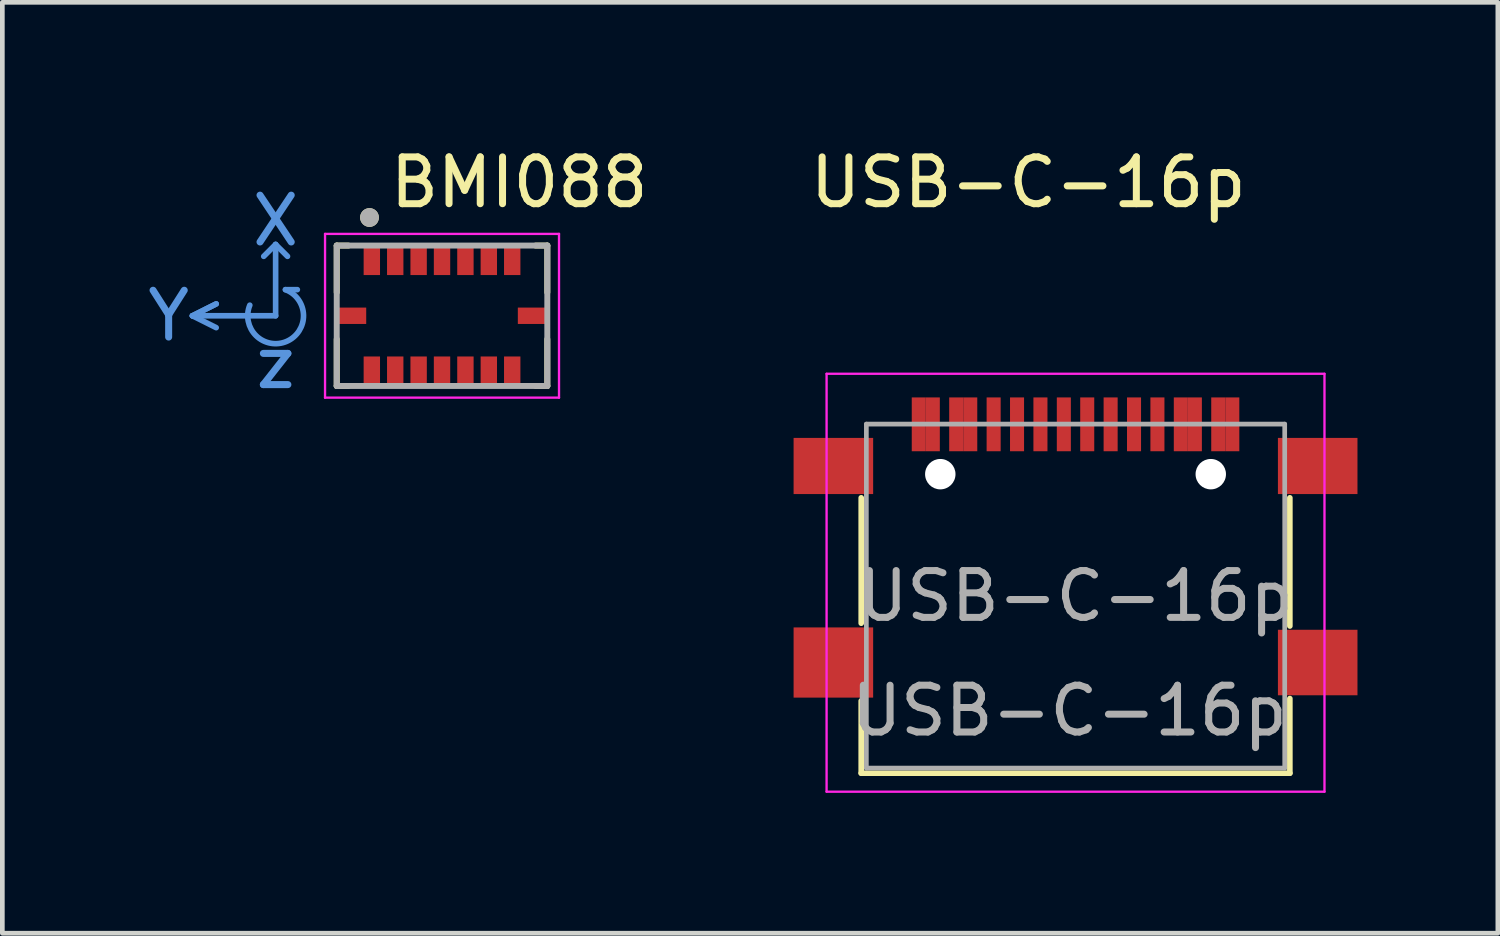
<source format=kicad_pcb>
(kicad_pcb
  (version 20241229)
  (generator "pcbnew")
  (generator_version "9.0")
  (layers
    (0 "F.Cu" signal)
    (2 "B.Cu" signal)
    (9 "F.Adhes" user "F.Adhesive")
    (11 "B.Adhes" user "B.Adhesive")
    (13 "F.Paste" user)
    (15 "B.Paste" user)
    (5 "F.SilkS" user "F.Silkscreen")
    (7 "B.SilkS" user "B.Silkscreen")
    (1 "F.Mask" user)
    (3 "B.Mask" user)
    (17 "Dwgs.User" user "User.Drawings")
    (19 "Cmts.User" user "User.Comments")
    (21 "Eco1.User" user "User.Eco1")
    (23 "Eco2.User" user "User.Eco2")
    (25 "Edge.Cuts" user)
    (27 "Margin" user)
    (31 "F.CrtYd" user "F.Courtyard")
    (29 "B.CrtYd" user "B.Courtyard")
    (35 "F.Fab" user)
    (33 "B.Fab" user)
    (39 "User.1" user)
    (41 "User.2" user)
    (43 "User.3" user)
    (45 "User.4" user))
  (footprint "BMI088"
    (layer "F.Cu")
    (at 6.396 3.698)
    (property "Reference" "BMI088" (at 1.65 -2.85 0) (layer "F.SilkS") (effects (font (size 1 1) (thickness 0.15))))
    (attr through_hole)
    (fp_line (start -2.25 -1.5) (end -2 -1.5) (stroke (width 0.127) (type solid)) (layer "F.SilkS"))
    (fp_line (start -2.25 -0.5) (end -2.25 -1.5) (stroke (width 0.127) (type solid)) (layer "F.SilkS"))
    (fp_line (start -2.25 1.5) (end -2.25 0.5) (stroke (width 0.127) (type solid)) (layer "F.SilkS"))
    (fp_line (start -2 1.5) (end -2.25 1.5) (stroke (width 0.127) (type solid)) (layer "F.SilkS"))
    (fp_line (start 2.25 -1.5) (end 2 -1.5) (stroke (width 0.127) (type solid)) (layer "F.SilkS"))
    (fp_line (start 2.25 -0.5) (end 2.25 -1.5) (stroke (width 0.127) (type solid)) (layer "F.SilkS"))
    (fp_line (start 2.25 0.5) (end 2.25 1.5) (stroke (width 0.127) (type solid)) (layer "F.SilkS"))
    (fp_line (start 2.25 1.5) (end 2 1.5) (stroke (width 0.127) (type solid)) (layer "F.SilkS"))
    (fp_circle (center -1.55 -2.1) (end -1.45 -2.1) (stroke (width 0.2) (type solid)) (fill no) (layer "F.SilkS"))
    (fp_line (start -5.334 0) (end -4.826 -0.254) (stroke (width 0.12) (type solid)) (layer "Cmts.User"))
    (fp_line (start -5.334 0) (end -4.826 0.254) (stroke (width 0.12) (type solid)) (layer "Cmts.User"))
    (fp_line (start -4.826 -0.254) (end -5.334 0) (stroke (width 0.12) (type solid)) (layer "Cmts.User"))
    (fp_line (start -3.556 -1.524) (end -3.81 -1.27) (stroke (width 0.12) (type solid)) (layer "Cmts.User"))
    (fp_line (start -3.556 -1.524) (end -3.556 0) (stroke (width 0.12) (type solid)) (layer "Cmts.User"))
    (fp_line (start -3.556 -1.524) (end -3.302 -1.27) (stroke (width 0.12) (type solid)) (layer "Cmts.User"))
    (fp_line (start -3.556 0) (end -5.334 0) (stroke (width 0.12) (type solid)) (layer "Cmts.User"))
    (fp_line (start -3.346 -0.558) (end -3.092 -0.558) (stroke (width 0.12) (type solid)) (layer "Cmts.User"))
    (fp_arc (start -3.345695 -0.557951) (mid -3.317989 0.546707) (end -4.107694 -0.226213) (stroke (width 0.12) (type solid)) (layer "Cmts.User"))
    (fp_line (start -2.5 -1.75) (end 2.5 -1.75) (stroke (width 0.05) (type solid)) (layer "F.CrtYd"))
    (fp_line (start -2.5 1.75) (end -2.5 -1.75) (stroke (width 0.05) (type solid)) (layer "F.CrtYd"))
    (fp_line (start 2.5 -1.75) (end 2.5 1.75) (stroke (width 0.05) (type solid)) (layer "F.CrtYd"))
    (fp_line (start 2.5 1.75) (end -2.5 1.75) (stroke (width 0.05) (type solid)) (layer "F.CrtYd"))
    (fp_line (start -2.25 -1.5) (end 2.25 -1.5) (stroke (width 0.127) (type solid)) (layer "F.Fab"))
    (fp_line (start -2.25 1.5) (end -2.25 -1.5) (stroke (width 0.127) (type solid)) (layer "F.Fab"))
    (fp_line (start 2.25 -1.5) (end 2.25 1.5) (stroke (width 0.127) (type solid)) (layer "F.Fab"))
    (fp_line (start 2.25 1.5) (end -2.25 1.5) (stroke (width 0.127) (type solid)) (layer "F.Fab"))
    (fp_circle (center -1.55 -2.1) (end -1.45 -2.1) (stroke (width 0.2) (type solid)) (fill no) (layer "F.Fab"))
    (fp_text user "z" (at -3.556 1.016 0) (unlocked yes) (layer "Cmts.User") (effects (font (size 1 1) (thickness 0.15))))
    (fp_text user "Y" (at -5.842 0 0) (unlocked yes) (layer "Cmts.User") (effects (font (size 1 1) (thickness 0.15))))
    (fp_text user "X" (at -3.556 -2.032 0) (unlocked yes) (layer "Cmts.User") (effects (font (size 1 1) (thickness 0.15))))
    (pad "1" smd rect (at -1.5 -1.165 270) (size 0.59 0.35) (layers "F.Cu" "F.Mask" "F.Paste"))
    (pad "2" smd rect (at -1 -1.165 270) (size 0.59 0.35) (layers "F.Cu" "F.Mask" "F.Paste"))
    (pad "3" smd rect (at -0.5 -1.165 270) (size 0.59 0.35) (layers "F.Cu" "F.Mask" "F.Paste"))
    (pad "4" smd rect (at 0 -1.165 270) (size 0.59 0.35) (layers "F.Cu" "F.Mask" "F.Paste"))
    (pad "5" smd rect (at 0.5 -1.165 270) (size 0.59 0.35) (layers "F.Cu" "F.Mask" "F.Paste"))
    (pad "6" smd rect (at 1 -1.165 270) (size 0.59 0.35) (layers "F.Cu" "F.Mask" "F.Paste"))
    (pad "7" smd rect (at 1.5 -1.165 270) (size 0.59 0.35) (layers "F.Cu" "F.Mask" "F.Paste"))
    (pad "8" smd rect (at 1.915 0 180) (size 0.59 0.35) (layers "F.Cu" "F.Mask" "F.Paste"))
    (pad "9" smd rect (at 1.5 1.165 90) (size 0.59 0.35) (layers "F.Cu" "F.Mask" "F.Paste"))
    (pad "10" smd rect (at 1 1.165 90) (size 0.59 0.35) (layers "F.Cu" "F.Mask" "F.Paste"))
    (pad "11" smd rect (at 0.5 1.165 90) (size 0.59 0.35) (layers "F.Cu" "F.Mask" "F.Paste"))
    (pad "12" smd rect (at 0 1.165 90) (size 0.59 0.35) (layers "F.Cu" "F.Mask" "F.Paste"))
    (pad "13" smd rect (at -0.5 1.165 90) (size 0.59 0.35) (layers "F.Cu" "F.Mask" "F.Paste"))
    (pad "14" smd rect (at -1 1.165 90) (size 0.59 0.35) (layers "F.Cu" "F.Mask" "F.Paste"))
    (pad "15" smd rect (at -1.5 1.165 90) (size 0.59 0.35) (layers "F.Cu" "F.Mask" "F.Paste"))
    (pad "16" smd rect (at -1.915 0) (size 0.59 0.35) (layers "F.Cu" "F.Mask" "F.Paste")))
  (footprint "USB-C-16p"
    (layer "F.Cu")
    (at 19.934 9.708)
    (property "Reference" "USB-C-16p" (at -1.01 -8.86 0) (unlocked yes) (layer "F.SilkS") (effects (font (size 1 1) (thickness 0.15))))
    (attr smd)
    (fp_line (start -4.58 -2.12) (end -4.58 0.56) (stroke (width 0.12) (type solid)) (layer "F.SilkS"))
    (fp_line (start -4.58 3.765) (end -4.58 2.22) (stroke (width 0.12) (type solid)) (layer "F.SilkS"))
    (fp_line (start 4.58 0.62) (end 4.58 -2.12) (stroke (width 0.12) (type solid)) (layer "F.SilkS"))
    (fp_line (start 4.58 2.17) (end 4.58 3.765) (stroke (width 0.12) (type solid)) (layer "F.SilkS"))
    (fp_line (start 4.58 3.765) (end -4.58 3.765) (stroke (width 0.12) (type solid)) (layer "F.SilkS"))
    (fp_line (start -5.32 -4.77) (end 5.32 -4.77) (stroke (width 0.05) (type solid)) (layer "F.CrtYd"))
    (fp_line (start -5.32 4.16) (end -5.32 -4.77) (stroke (width 0.05) (type solid)) (layer "F.CrtYd"))
    (fp_line (start 5.32 -4.77) (end 5.32 4.16) (stroke (width 0.05) (type solid)) (layer "F.CrtYd"))
    (fp_line (start 5.32 4.16) (end -5.32 4.16) (stroke (width 0.05) (type solid)) (layer "F.CrtYd"))
    (fp_line (start -4.47 -3.695) (end -4.47 3.655) (stroke (width 0.1) (type solid)) (layer "F.Fab"))
    (fp_line (start -4.47 -3.695) (end 4.47 -3.695) (stroke (width 0.1) (type solid)) (layer "F.Fab"))
    (fp_line (start -4.47 3.655) (end 4.47 3.655) (stroke (width 0.1) (type solid)) (layer "F.Fab"))
    (fp_line (start 4.47 3.655) (end 4.47 -3.695) (stroke (width 0.1) (type solid)) (layer "F.Fab"))
    (fp_text user "${REFERENCE}" (at -0.13 2.43 0) (unlocked yes) (layer "F.Fab") (effects (font (size 1 1) (thickness 0.15))))
    (fp_text user "${REFERENCE}" (at 0 -0.02 0) (layer "F.Fab") (effects (font (size 1 1) (thickness 0.15))))
    (pad "" np_thru_hole circle (at -2.89 -2.625) (size 0.65 0.65) (drill 0.65) (layers "*.Cu" "*.Mask"))
    (pad "" np_thru_hole circle (at 2.89 -2.625) (size 0.65 0.65) (drill 0.65) (layers "*.Cu" "*.Mask"))
    (pad "A1" smd rect (at -3.35 -3.69) (size 0.3 1.15) (layers "F.Cu" "F.Mask" "F.Paste"))
    (pad "A4" smd rect (at -2.55 -3.69) (size 0.3 1.15) (layers "F.Cu" "F.Mask" "F.Paste"))
    (pad "A5" smd rect (at -1.25 -3.69) (size 0.3 1.15) (layers "F.Cu" "F.Mask" "F.Paste"))
    (pad "A6" smd rect (at -0.25 -3.69) (size 0.3 1.15) (layers "F.Cu" "F.Mask" "F.Paste"))
    (pad "A7" smd rect (at 0.25 -3.69) (size 0.3 1.15) (layers "F.Cu" "F.Mask" "F.Paste"))
    (pad "A8" smd rect (at 1.25 -3.69) (size 0.3 1.15) (layers "F.Cu" "F.Mask" "F.Paste"))
    (pad "A9" smd rect (at 2.55 -3.69) (size 0.3 1.15) (layers "F.Cu" "F.Mask" "F.Paste"))
    (pad "A12" smd rect (at 3.35 -3.69) (size 0.3 1.15) (layers "F.Cu" "F.Mask" "F.Paste"))
    (pad "B1" smd rect (at 3.05 -3.69) (size 0.3 1.15) (layers "F.Cu" "F.Mask" "F.Paste"))
    (pad "B4" smd rect (at 2.25 -3.69) (size 0.3 1.15) (layers "F.Cu" "F.Mask" "F.Paste"))
    (pad "B5" smd rect (at 1.75 -3.69) (size 0.3 1.15) (layers "F.Cu" "F.Mask" "F.Paste"))
    (pad "B6" smd rect (at 0.75 -3.69) (size 0.3 1.15) (layers "F.Cu" "F.Mask" "F.Paste"))
    (pad "B7" smd rect (at -0.75 -3.69) (size 0.3 1.15) (layers "F.Cu" "F.Mask" "F.Paste"))
    (pad "B8" smd rect (at -1.75 -3.69) (size 0.3 1.15) (layers "F.Cu" "F.Mask" "F.Paste"))
    (pad "B9" smd rect (at -2.25 -3.69) (size 0.3 1.15) (layers "F.Cu" "F.Mask" "F.Paste"))
    (pad "B12" smd rect (at -3.05 -3.69) (size 0.3 1.15) (layers "F.Cu" "F.Mask" "F.Paste"))
    (pad "S1" smd rect (at -5.175 -2.8) (size 1.7 1.2) (layers "F.Cu" "F.Mask" "F.Paste"))
    (pad "S1" smd rect (at -5.175 1.4) (size 1.7 1.5) (layers "F.Cu" "F.Mask" "F.Paste"))
    (pad "S1" smd rect (at 5.175 -2.8) (size 1.7 1.2) (layers "F.Cu" "F.Mask" "F.Paste"))
    (pad "S1" smd rect (at 5.175 1.4) (size 1.7 1.4) (layers "F.Cu" "F.Mask" "F.Paste"))
    (zone (net_name "") (layer "F.Cu") (hatch edge 0.508) (connect_pads) (min_thickness 0.254) (filled_areas_thickness no) (keepout (tracks allowed) (vias allowed) (pads allowed) (copperpour allowed) (footprints not_allowed)) (placement (enabled no)) (fill) (polygon (pts (xy 24.514 13.473) (xy 15.354 13.473) (xy 15.354 5.988) (xy 24.514 6.008)))))
  (gr_rect
    (start -3 -3)
    (end 28.959 16.893)
    (stroke (width 0.1) (type default))
    (fill no)
    (layer "Edge.Cuts")))
</source>
